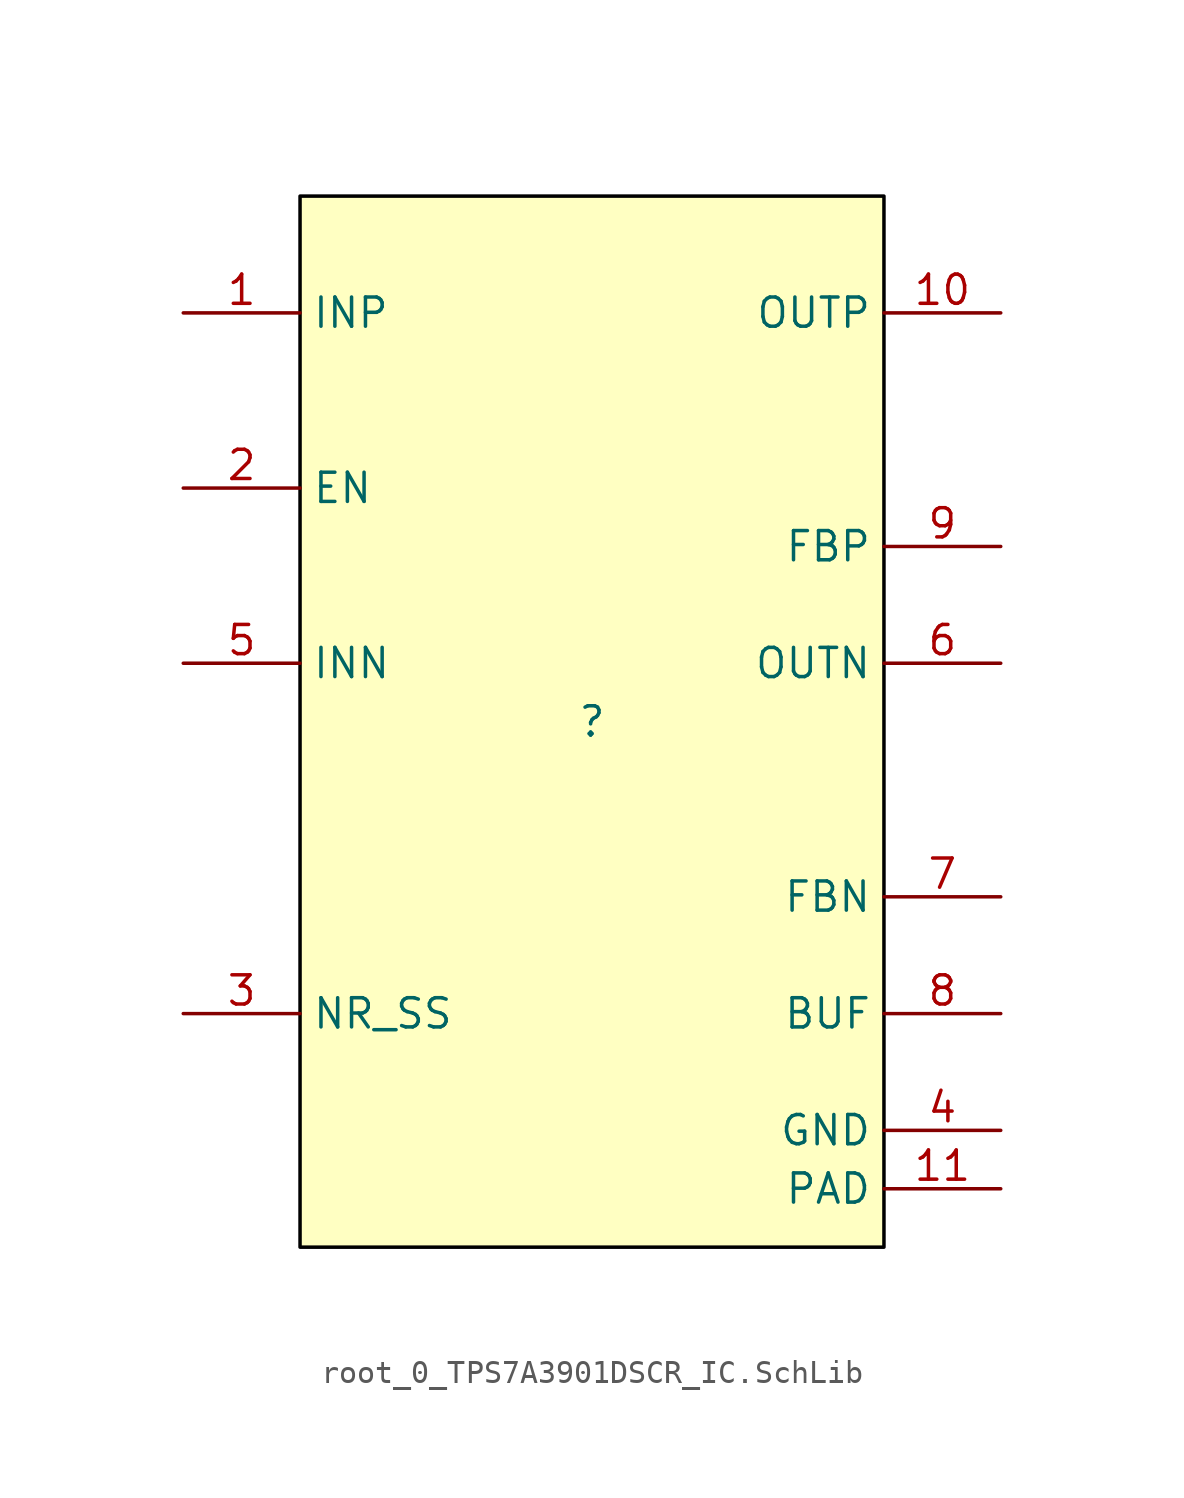
<source format=kicad_sym>
(kicad_symbol_lib
  (version 20241209)
  (generator "kicad_symbol_editor")
  (generator_version "9.0")
  (symbol "root_0_TPS7A3901DSCR_IC.SchLib"
    (property "Reference" ""
      (at 0 0 0)
      (effects (font (size 1.27 1.27))))
    (property "Value" ""
      (at 0 0 0)
      (effects (font (size 1.27 1.27))))
    (symbol "root_0_TPS7A3901DSCR_IC.SchLib_1_0"
      (rectangle (start 12.7 22.86) (end -12.7 -22.86) (stroke (width 0) (type solid) (color 0 0 0 1)) (fill (type background)))
      (pin input line (at -17.78 17.78 0) (length 5.08) (name "INP" (effects (font (size 1.27 1.27)))) (number "1" (effects (font (size 1.27 1.27)))))
      (pin input line (at -17.78 10.16 0) (length 5.08) (name "EN" (effects (font (size 1.27 1.27)))) (number "2" (effects (font (size 1.27 1.27)))))
      (pin input line (at -17.78 2.54 0) (length 5.08) (name "INN" (effects (font (size 1.27 1.27)))) (number "5" (effects (font (size 1.27 1.27)))))
      (pin input line (at -17.78 -12.7 0) (length 5.08) (name "NR_SS" (effects (font (size 1.27 1.27)))) (number "3" (effects (font (size 1.27 1.27)))))
      (pin power_in line (at 17.78 17.78 180) (length 5.08) (name "OUTP" (effects (font (size 1.27 1.27)))) (number "10" (effects (font (size 1.27 1.27)))))
      (pin input line (at 17.78 7.62 180) (length 5.08) (name "FBP" (effects (font (size 1.27 1.27)))) (number "9" (effects (font (size 1.27 1.27)))))
      (pin power_in line (at 17.78 2.54 180) (length 5.08) (name "OUTN" (effects (font (size 1.27 1.27)))) (number "6" (effects (font (size 1.27 1.27)))))
      (pin input line (at 17.78 -7.62 180) (length 5.08) (name "FBN" (effects (font (size 1.27 1.27)))) (number "7" (effects (font (size 1.27 1.27)))))
      (pin output line (at 17.78 -12.7 180) (length 5.08) (name "BUF" (effects (font (size 1.27 1.27)))) (number "8" (effects (font (size 1.27 1.27)))))
      (pin power_in line (at 17.78 -17.78 180) (length 5.08) (name "GND" (effects (font (size 1.27 1.27)))) (number "4" (effects (font (size 1.27 1.27)))))
      (pin power_in line (at 17.78 -20.32 180) (length 5.08) (name "PAD" (effects (font (size 1.27 1.27)))) (number "11" (effects (font (size 1.27 1.27))))))))
</source>
